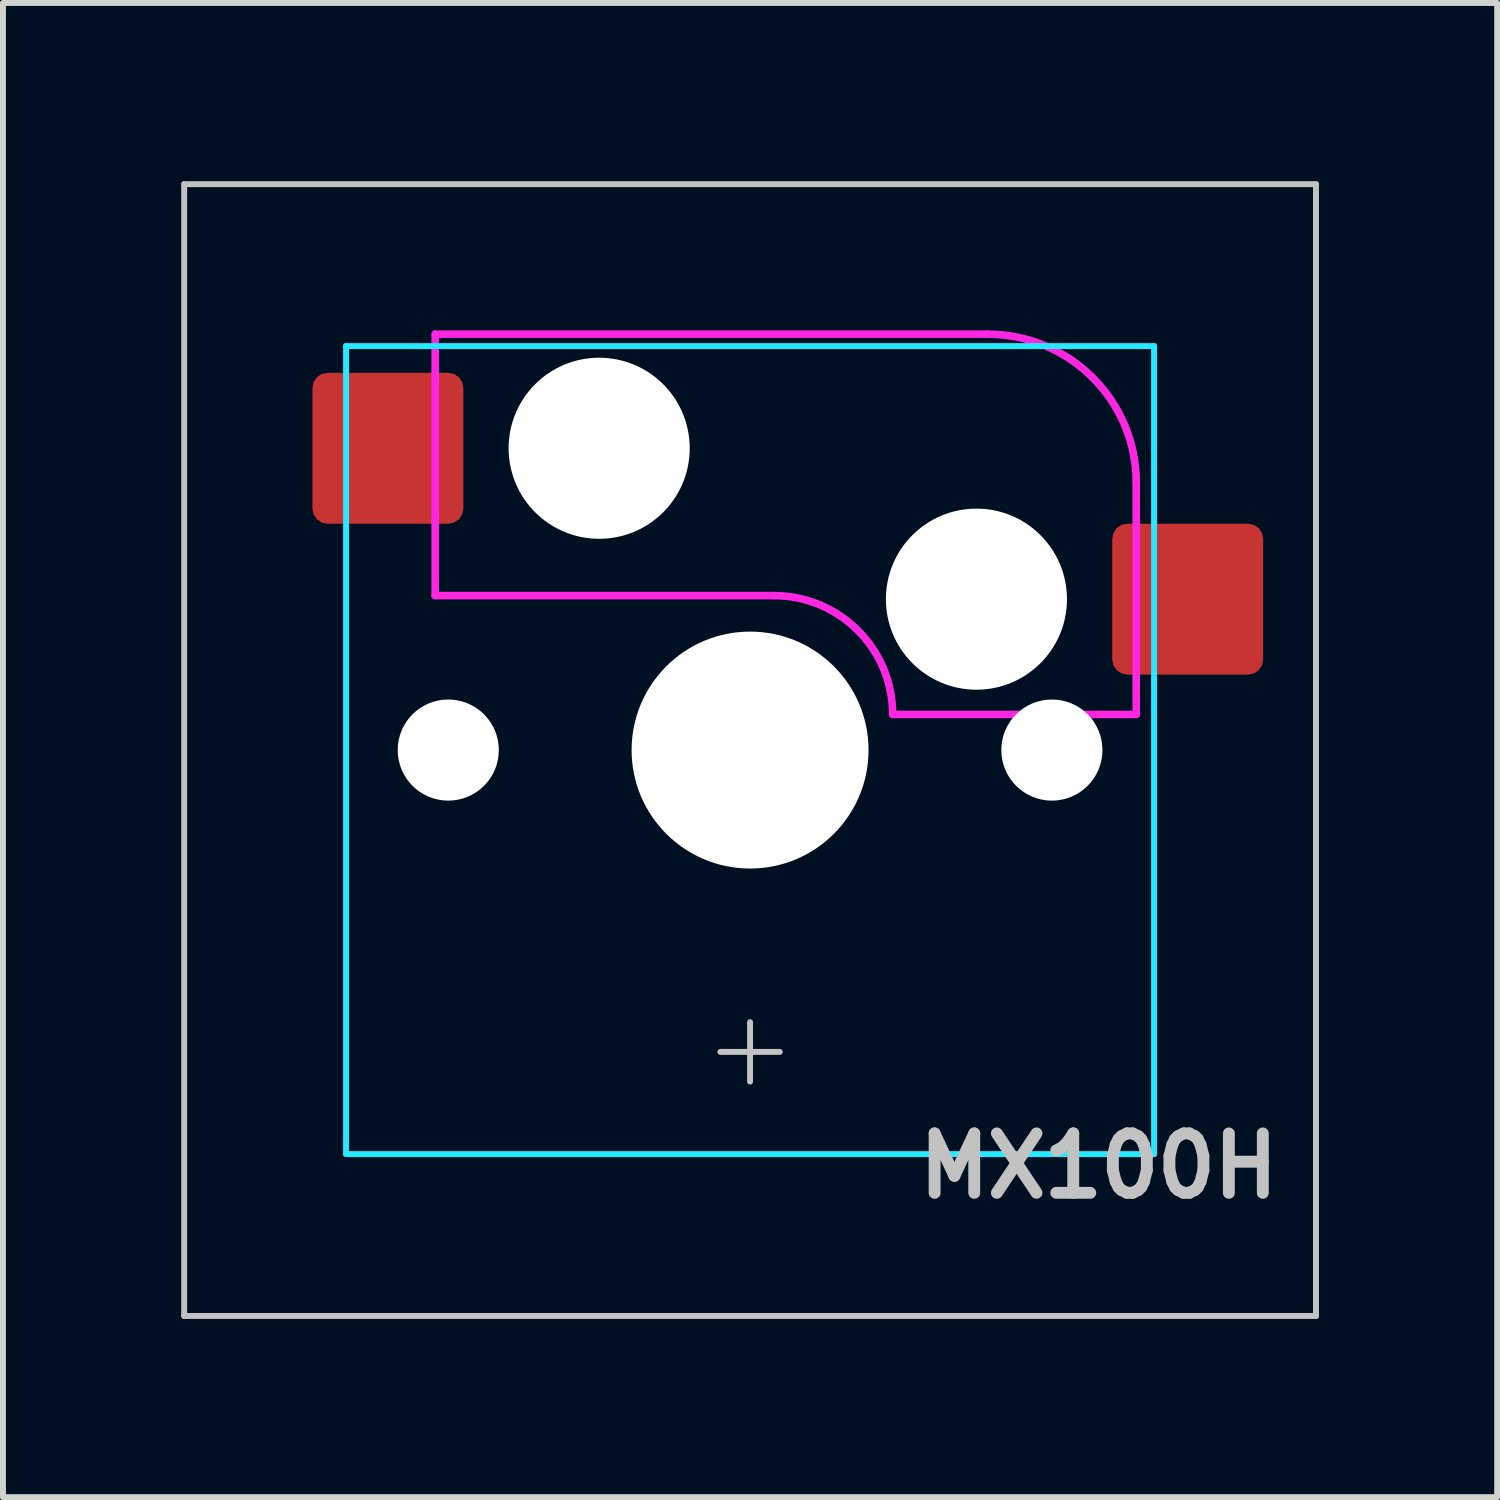
<source format=kicad_pcb>
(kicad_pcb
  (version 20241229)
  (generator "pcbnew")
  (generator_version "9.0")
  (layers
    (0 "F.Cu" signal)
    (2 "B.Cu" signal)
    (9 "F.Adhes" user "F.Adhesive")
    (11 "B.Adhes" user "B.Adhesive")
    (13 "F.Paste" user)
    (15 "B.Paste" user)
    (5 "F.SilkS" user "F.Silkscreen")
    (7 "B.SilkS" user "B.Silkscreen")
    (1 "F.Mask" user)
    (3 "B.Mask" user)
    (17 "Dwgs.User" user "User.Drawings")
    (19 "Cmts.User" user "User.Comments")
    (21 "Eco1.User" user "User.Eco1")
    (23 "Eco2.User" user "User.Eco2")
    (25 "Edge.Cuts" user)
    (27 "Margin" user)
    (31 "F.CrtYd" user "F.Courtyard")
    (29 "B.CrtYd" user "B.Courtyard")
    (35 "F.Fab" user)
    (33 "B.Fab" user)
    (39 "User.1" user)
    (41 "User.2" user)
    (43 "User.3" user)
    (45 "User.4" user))
  (footprint "MX100H"
    (layer "F.Cu")
    (at 9.575 9.575)
    (property "Reference" "MX100H" (at 9 7 0) (layer "Dwgs.User") (effects (font (size 1 1) (thickness 0.2)) (justify right)))
    (attr smd)
    (fp_line (start -9.525 -9.525) (end 9.525 -9.525) (stroke (width 0.1) (type solid)) (layer "Dwgs.User"))
    (fp_line (start -9.525 9.525) (end -9.525 -9.525) (stroke (width 0.1) (type solid)) (layer "Dwgs.User"))
    (fp_line (start -0.5 5.08) (end 0.5 5.08) (stroke (width 0.1) (type solid)) (layer "Dwgs.User"))
    (fp_line (start 0 4.58) (end 0 5.58) (stroke (width 0.1) (type solid)) (layer "Dwgs.User"))
    (fp_line (start 9.525 -9.525) (end 9.525 9.525) (stroke (width 0.1) (type solid)) (layer "Dwgs.User"))
    (fp_line (start 9.525 9.525) (end -9.525 9.525) (stroke (width 0.1) (type solid)) (layer "Dwgs.User"))
    (fp_line (start -7 -6.5) (end -7 6.5) (stroke (width 0.1) (type solid)) (layer "Eco1.User"))
    (fp_line (start -6.5 7) (end 6.5 7) (stroke (width 0.1) (type solid)) (layer "Eco1.User"))
    (fp_line (start 6.5 -7) (end -6.5 -7) (stroke (width 0.1) (type solid)) (layer "Eco1.User"))
    (fp_line (start 7 6.5) (end 7 -6.5) (stroke (width 0.1) (type solid)) (layer "Eco1.User"))
    (fp_arc (start -7 -6.5) (mid -6.853553 -6.853553) (end -6.5 -7) (stroke (width 0.1) (type solid)) (layer "Eco1.User"))
    (fp_arc (start -6.5 7) (mid -6.853553 6.853553) (end -7 6.5) (stroke (width 0.1) (type solid)) (layer "Eco1.User"))
    (fp_arc (start 6.5 -7) (mid 6.853553 -6.853553) (end 7 -6.5) (stroke (width 0.1) (type solid)) (layer "Eco1.User"))
    (fp_arc (start 7 6.5) (mid 6.853553 6.853553) (end 6.5 7) (stroke (width 0.1) (type solid)) (layer "Eco1.User"))
    (fp_line (start -6.8 -6.8) (end -6.8 6.8) (stroke (width 0.1) (type solid)) (layer "B.CrtYd"))
    (fp_line (start -6.8 -6.8) (end 6.8 -6.8) (stroke (width 0.1) (type solid)) (layer "B.CrtYd"))
    (fp_line (start -6.8 6.8) (end 6.8 6.8) (stroke (width 0.1) (type solid)) (layer "B.CrtYd"))
    (fp_line (start 6.8 -6.8) (end 6.8 6.8) (stroke (width 0.1) (type solid)) (layer "B.CrtYd"))
    (fp_line (start -5.3 -7) (end -5.3 -2.6) (stroke (width 0.127) (type solid)) (layer "F.CrtYd"))
    (fp_line (start -5.3 -7) (end 4 -7) (stroke (width 0.127) (type solid)) (layer "F.CrtYd"))
    (fp_line (start 0.4 -2.6) (end -5.3 -2.6) (stroke (width 0.127) (type solid)) (layer "F.CrtYd"))
    (fp_line (start 6.5 -4.5) (end 6.5 -0.6) (stroke (width 0.127) (type solid)) (layer "F.CrtYd"))
    (fp_line (start 6.5 -0.6) (end 2.4 -0.6) (stroke (width 0.127) (type solid)) (layer "F.CrtYd"))
    (fp_arc (start 0.4 -2.6) (mid 1.814214 -2.014214) (end 2.4 -0.6) (stroke (width 0.127) (type solid)) (layer "F.CrtYd"))
    (fp_arc (start 4 -7) (mid 5.767767 -6.267767) (end 6.5 -4.5) (stroke (width 0.127) (type solid)) (layer "F.CrtYd"))
    (pad "" np_thru_hole circle (at -5.08 0) (size 1.702 1.702) (drill 1.702) (layers "*.Cu" "*.Mask"))
    (pad "" np_thru_hole circle (at -2.54 -5.08) (size 3.048 3.048) (drill 3.048) (layers "*.Cu" "*.Mask"))
    (pad "" np_thru_hole circle (at 0 0) (size 3.988 3.988) (drill 3.988) (layers "*.Cu" "*.Mask"))
    (pad "" np_thru_hole circle (at 3.81 -2.54 90) (size 3.048 3.048) (drill 3.048) (layers "*.Cu" "*.Mask"))
    (pad "" np_thru_hole circle (at 5.08 0) (size 1.702 1.702) (drill 1.702) (layers "*.Cu" "*.Mask"))
    (pad "1" smd roundrect (at -6.096 -5.08) (size 2.54 2.54) (layers "F.Cu" "F.Mask") (roundrect_rratio 0.1))
    (pad "2" smd roundrect (at 7.366 -2.54) (size 2.54 2.54) (layers "F.Cu" "F.Mask") (roundrect_rratio 0.1)))
  (gr_rect
    (start -3 -3)
    (end 22.15 22.15)
    (stroke (width 0.1) (type default))
    (fill no)
    (layer "Edge.Cuts")))
</source>
